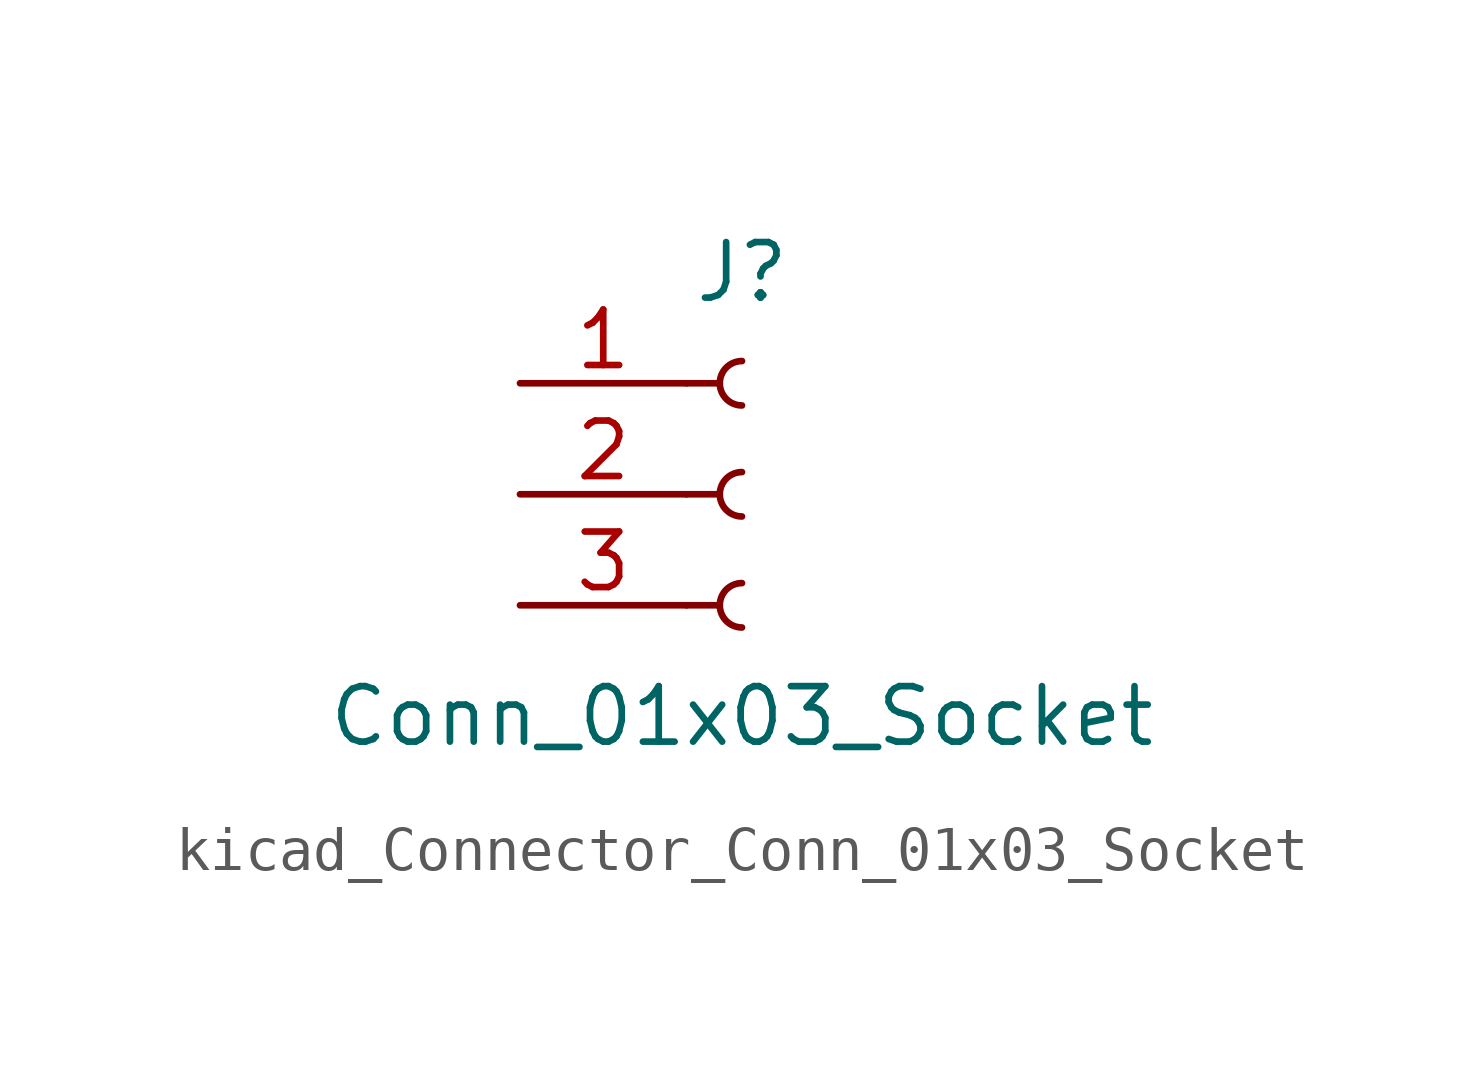
<source format=kicad_sym>
(kicad_symbol_lib
  (version 20220914)
  (generator kicad_symbol_editor)
  (symbol "kicad_Connector_Conn_01x03_Socket"
    (pin_names
      (offset 1.016) hide)
    (property "Reference" "J"
      (at 0 5.08 0)
      (effects (font (size 1.27 1.27))))
    (property "Value" "Conn_01x03_Socket"
      (at 0 -5.08 0)
      (effects (font (size 1.27 1.27))))
    (property "ki_locked" ""
      (at 0 0 0)
      (effects (font (size 1.27 1.27))))
    (symbol "kicad_Connector_Conn_01x03_Socket_1_1"
      (arc (start 0 -2.032) (mid -0.5058 -2.54) (end 0 -3.048) (stroke (width 0.1524) (type default)) (fill (type none)))
      (polyline (pts (xy -1.27 -2.54) (xy -0.508 -2.54)) (stroke (width 0.152) (type default)) (fill (type none)))
      (polyline (pts (xy -1.27 0) (xy -0.508 0)) (stroke (width 0.152) (type default)) (fill (type none)))
      (polyline (pts (xy -1.27 2.54) (xy -0.508 2.54)) (stroke (width 0.152) (type default)) (fill (type none)))
      (arc (start 0 0.508) (mid -0.5058 0) (end 0 -0.508) (stroke (width 0.1524) (type default)) (fill (type none)))
      (arc (start 0 3.048) (mid -0.5058 2.54) (end 0 2.032) (stroke (width 0.1524) (type default)) (fill (type none)))
      (pin passive line (at -5.08 2.54 0) (length 3.81) (name "Pin_1" (effects (font (size 1.27 1.27)))) (number "1" (effects (font (size 1.27 1.27)))))
      (pin passive line (at -5.08 0 0) (length 3.81) (name "Pin_2" (effects (font (size 1.27 1.27)))) (number "2" (effects (font (size 1.27 1.27)))))
      (pin passive line (at -5.08 -2.54 0) (length 3.81) (name "Pin_3" (effects (font (size 1.27 1.27)))) (number "3" (effects (font (size 1.27 1.27))))))))
</source>
